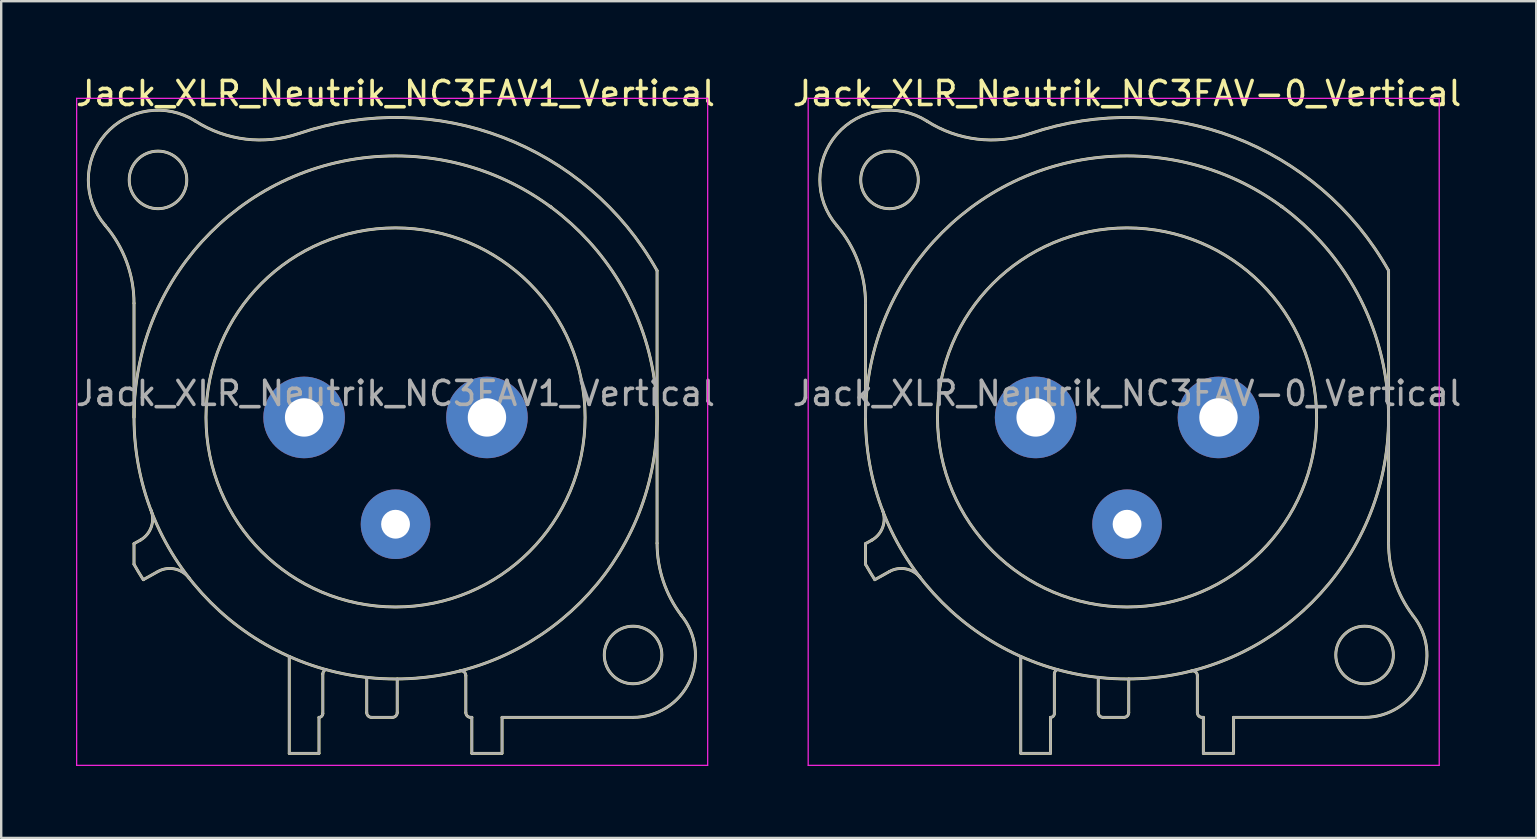
<source format=kicad_pcb>
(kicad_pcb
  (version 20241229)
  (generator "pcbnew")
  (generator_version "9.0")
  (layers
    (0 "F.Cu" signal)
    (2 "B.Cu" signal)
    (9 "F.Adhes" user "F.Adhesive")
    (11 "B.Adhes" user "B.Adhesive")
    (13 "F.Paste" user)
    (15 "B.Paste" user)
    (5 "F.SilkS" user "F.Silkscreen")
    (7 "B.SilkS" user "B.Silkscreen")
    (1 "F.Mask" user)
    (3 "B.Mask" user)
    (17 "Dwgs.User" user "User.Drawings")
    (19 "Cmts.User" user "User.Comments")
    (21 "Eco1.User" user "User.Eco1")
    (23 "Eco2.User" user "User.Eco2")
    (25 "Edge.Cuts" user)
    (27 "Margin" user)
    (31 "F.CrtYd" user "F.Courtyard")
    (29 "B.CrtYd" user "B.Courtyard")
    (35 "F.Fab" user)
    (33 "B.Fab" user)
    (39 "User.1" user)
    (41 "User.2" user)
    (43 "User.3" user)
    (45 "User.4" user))
  (footprint "Jack_XLR_Neutrik_NC3FAV-0_Vertical"
    (layer "F.Cu")
    (at 47.733 14.348)
    (property "Reference" "Jack_XLR_Neutrik_NC3FAV-0_Vertical" (at -3.81 -13.5 0) (layer "F.SilkS") (effects (font (size 1 1) (thickness 0.15))))
    (attr through_hole)
    (fp_line (start -14.71 0) (end -14.71 -4.76) (stroke (width 0.12) (type solid)) (layer "F.SilkS"))
    (fp_line (start -14.71 5.26) (end -14.71 6.12) (stroke (width 0.12) (type solid)) (layer "F.SilkS"))
    (fp_line (start -14.44 5.11) (end -14.71 5.26) (stroke (width 0.12) (type solid)) (layer "F.SilkS"))
    (fp_line (start -14.32 6.76) (end -13.71 6.42) (stroke (width 0.12) (type solid)) (layer "F.SilkS"))
    (fp_line (start -8.24 9.96) (end -8.24 14) (stroke (width 0.12) (type solid)) (layer "F.SilkS"))
    (fp_line (start -7 12.5) (end -7 14) (stroke (width 0.12) (type solid)) (layer "F.SilkS"))
    (fp_line (start -7 14) (end -8.24 14) (stroke (width 0.12) (type solid)) (layer "F.SilkS"))
    (fp_line (start -6.84 12.34) (end -6.84 10.69) (stroke (width 0.12) (type solid)) (layer "F.SilkS"))
    (fp_line (start -5.01 10.83) (end -5.01 12.3) (stroke (width 0.12) (type solid)) (layer "F.SilkS"))
    (fp_line (start -3.94 12.5) (end -4.81 12.5) (stroke (width 0.12) (type solid)) (layer "F.SilkS"))
    (fp_line (start -3.74 10.9) (end -3.74 12.3) (stroke (width 0.12) (type solid)) (layer "F.SilkS"))
    (fp_line (start -0.88 12.3) (end -0.88 10.76) (stroke (width 0.12) (type solid)) (layer "F.SilkS"))
    (fp_line (start -0.63 12.5) (end -0.68 12.5) (stroke (width 0.12) (type solid)) (layer "F.SilkS"))
    (fp_line (start -0.63 12.5) (end -0.63 14) (stroke (width 0.12) (type solid)) (layer "F.SilkS"))
    (fp_line (start 0.62 14) (end -0.63 14) (stroke (width 0.12) (type solid)) (layer "F.SilkS"))
    (fp_line (start 0.63 12.5) (end 6.09 12.5) (stroke (width 0.12) (type solid)) (layer "F.SilkS"))
    (fp_line (start 0.63 14) (end 0.63 12.5) (stroke (width 0.12) (type solid)) (layer "F.SilkS"))
    (fp_line (start 7.09 5.24) (end 7.09 -6.12) (stroke (width 0.12) (type solid)) (layer "F.SilkS"))
    (fp_arc (start -15.908829 -8.000856) (mid -15.019313 -6.48774) (end -14.71 -4.76) (stroke (width 0.12) (type solid)) (layer "F.SilkS"))
    (fp_arc (start -15.908236 -8.001617) (mid -15.907486 -11.799251) (end -12.15 -12.35) (stroke (width 0.12) (type solid)) (layer "F.SilkS"))
    (fp_arc (start -14.32314 6.763008) (mid -14.521396 6.444407) (end -14.71 6.12) (stroke (width 0.12) (type solid)) (layer "F.SilkS"))
    (fp_arc (start -14.004283 3.855674) (mid -13.989213 4.56375) (end -14.44 5.11) (stroke (width 0.12) (type solid)) (layer "F.SilkS"))
    (fp_arc (start -13.71 6.42) (mid -13.01025 6.315915) (end -12.412202 6.693832) (stroke (width 0.12) (type solid)) (layer "F.SilkS"))
    (fp_arc (start -7.848035 -11.831177) (mid -10.058192 -11.599923) (end -12.15 -12.35) (stroke (width 0.12) (type solid)) (layer "F.SilkS"))
    (fp_arc (start -7.841153 -11.83276) (mid 0.657009 -11.675197) (end 7.09 -6.12) (stroke (width 0.12) (type solid)) (layer "F.SilkS"))
    (fp_arc (start -6.84 10.69) (mid -6.803713 10.578321) (end -6.708713 10.509299) (stroke (width 0.12) (type solid)) (layer "F.SilkS"))
    (fp_arc (start -6.84 12.34) (mid -6.886863 12.453137) (end -7 12.5) (stroke (width 0.12) (type solid)) (layer "F.SilkS"))
    (fp_arc (start -4.81 12.5) (mid -4.951421 12.441421) (end -5.01 12.3) (stroke (width 0.12) (type solid)) (layer "F.SilkS"))
    (fp_arc (start -3.74 12.3) (mid -3.798579 12.441421) (end -3.94 12.5) (stroke (width 0.12) (type solid)) (layer "F.SilkS"))
    (fp_arc (start -1.1294 10.566197) (mid -0.957281 10.602076) (end -0.88 10.76) (stroke (width 0.12) (type solid)) (layer "F.SilkS"))
    (fp_arc (start -0.68 12.5) (mid -0.821421 12.441421) (end -0.88 12.3) (stroke (width 0.12) (type solid)) (layer "F.SilkS"))
    (fp_arc (start 2.636924 -8.782671) (mid 2.628394 -8.791269) (end 2.62 -8.8) (stroke (width 0.12) (type solid)) (layer "F.SilkS"))
    (fp_arc (start 2.680052 -8.767734) (mid 2.65973 -8.7835) (end 2.64 -8.8) (stroke (width 0.12) (type solid)) (layer "F.SilkS"))
    (fp_arc (start 8.095865 8.245761) (mid 8.441704 11.008824) (end 6.09 12.5) (stroke (width 0.12) (type solid)) (layer "F.SilkS"))
    (fp_arc (start 8.098032 8.243976) (mid 7.348729 6.824298) (end 7.09 5.24) (stroke (width 0.12) (type solid)) (layer "F.SilkS"))
    (fp_circle (center -13.71 -9.9) (end -12.51 -9.9) (stroke (width 0.12) (type solid)) (fill no) (layer "F.SilkS"))
    (fp_circle (center -3.81 0) (end 4.09 0) (stroke (width 0.12) (type solid)) (fill no) (layer "F.SilkS"))
    (fp_circle (center -3.81 0) (end 7.09 0) (stroke (width 0.12) (type solid)) (fill no) (layer "F.SilkS"))
    (fp_circle (center 6.09 9.9) (end 7.29 9.9) (stroke (width 0.12) (type solid)) (fill no) (layer "F.SilkS"))
    (fp_line (start -17.1 -13.3) (end 9.2 -13.3) (stroke (width 0.05) (type solid)) (layer "F.CrtYd"))
    (fp_line (start -17.1 14.5) (end -17.1 -13.3) (stroke (width 0.05) (type solid)) (layer "F.CrtYd"))
    (fp_line (start 9.2 -13.3) (end 9.2 14.5) (stroke (width 0.05) (type solid)) (layer "F.CrtYd"))
    (fp_line (start 9.2 14.5) (end -17.1 14.5) (stroke (width 0.05) (type solid)) (layer "F.CrtYd"))
    (fp_line (start -14.71 0) (end -14.71 -4.76) (stroke (width 0.1) (type solid)) (layer "F.Fab"))
    (fp_line (start -14.71 5.26) (end -14.71 6.12) (stroke (width 0.1) (type solid)) (layer "F.Fab"))
    (fp_line (start -14.44 5.11) (end -14.71 5.26) (stroke (width 0.1) (type solid)) (layer "F.Fab"))
    (fp_line (start -14.32 6.76) (end -13.71 6.42) (stroke (width 0.1) (type solid)) (layer "F.Fab"))
    (fp_line (start -8.24 9.96) (end -8.24 14) (stroke (width 0.1) (type solid)) (layer "F.Fab"))
    (fp_line (start -7 12.5) (end -7 14) (stroke (width 0.1) (type solid)) (layer "F.Fab"))
    (fp_line (start -7 14) (end -8.24 14) (stroke (width 0.1) (type solid)) (layer "F.Fab"))
    (fp_line (start -6.84 12.34) (end -6.84 10.69) (stroke (width 0.1) (type solid)) (layer "F.Fab"))
    (fp_line (start -5.01 10.83) (end -5.01 12.3) (stroke (width 0.1) (type solid)) (layer "F.Fab"))
    (fp_line (start -3.94 12.5) (end -4.81 12.5) (stroke (width 0.1) (type solid)) (layer "F.Fab"))
    (fp_line (start -3.74 10.9) (end -3.74 12.3) (stroke (width 0.1) (type solid)) (layer "F.Fab"))
    (fp_line (start -0.88 12.3) (end -0.88 10.76) (stroke (width 0.1) (type solid)) (layer "F.Fab"))
    (fp_line (start -0.63 12.5) (end -0.68 12.5) (stroke (width 0.1) (type solid)) (layer "F.Fab"))
    (fp_line (start -0.63 12.5) (end -0.63 14) (stroke (width 0.1) (type solid)) (layer "F.Fab"))
    (fp_line (start 0.62 14) (end -0.63 14) (stroke (width 0.1) (type solid)) (layer "F.Fab"))
    (fp_line (start 0.63 12.5) (end 6.09 12.5) (stroke (width 0.1) (type solid)) (layer "F.Fab"))
    (fp_line (start 0.63 14) (end 0.63 12.5) (stroke (width 0.1) (type solid)) (layer "F.Fab"))
    (fp_line (start 7.09 5.24) (end 7.09 -6.12) (stroke (width 0.1) (type solid)) (layer "F.Fab"))
    (fp_arc (start -15.908829 -8.000856) (mid -15.019313 -6.48774) (end -14.71 -4.76) (stroke (width 0.1) (type solid)) (layer "F.Fab"))
    (fp_arc (start -15.908236 -8.001617) (mid -15.907486 -11.799251) (end -12.15 -12.35) (stroke (width 0.1) (type solid)) (layer "F.Fab"))
    (fp_arc (start -14.32314 6.763008) (mid -14.521396 6.444407) (end -14.71 6.12) (stroke (width 0.1) (type solid)) (layer "F.Fab"))
    (fp_arc (start -14.004283 3.855674) (mid -13.989213 4.56375) (end -14.44 5.11) (stroke (width 0.1) (type solid)) (layer "F.Fab"))
    (fp_arc (start -13.71 6.42) (mid -13.01025 6.315915) (end -12.412202 6.693832) (stroke (width 0.1) (type solid)) (layer "F.Fab"))
    (fp_arc (start -7.848035 -11.831177) (mid -10.058192 -11.599923) (end -12.15 -12.35) (stroke (width 0.1) (type solid)) (layer "F.Fab"))
    (fp_arc (start -7.841153 -11.83276) (mid 0.657009 -11.675197) (end 7.09 -6.12) (stroke (width 0.1) (type solid)) (layer "F.Fab"))
    (fp_arc (start -6.84 10.69) (mid -6.803713 10.578321) (end -6.708713 10.509299) (stroke (width 0.1) (type solid)) (layer "F.Fab"))
    (fp_arc (start -6.84 12.34) (mid -6.886863 12.453137) (end -7 12.5) (stroke (width 0.1) (type solid)) (layer "F.Fab"))
    (fp_arc (start -4.81 12.5) (mid -4.951421 12.441421) (end -5.01 12.3) (stroke (width 0.1) (type solid)) (layer "F.Fab"))
    (fp_arc (start -3.74 12.3) (mid -3.798579 12.441421) (end -3.94 12.5) (stroke (width 0.1) (type solid)) (layer "F.Fab"))
    (fp_arc (start -1.1294 10.566197) (mid -0.957281 10.602076) (end -0.88 10.76) (stroke (width 0.1) (type solid)) (layer "F.Fab"))
    (fp_arc (start -0.68 12.5) (mid -0.821421 12.441421) (end -0.88 12.3) (stroke (width 0.1) (type solid)) (layer "F.Fab"))
    (fp_arc (start 2.636924 -8.782671) (mid 2.628394 -8.791269) (end 2.62 -8.8) (stroke (width 0.1) (type solid)) (layer "F.Fab"))
    (fp_arc (start 2.680052 -8.767734) (mid 2.65973 -8.7835) (end 2.64 -8.8) (stroke (width 0.1) (type solid)) (layer "F.Fab"))
    (fp_arc (start 8.095865 8.245761) (mid 8.441704 11.008824) (end 6.09 12.5) (stroke (width 0.1) (type solid)) (layer "F.Fab"))
    (fp_arc (start 8.098032 8.243976) (mid 7.348729 6.824298) (end 7.09 5.24) (stroke (width 0.1) (type solid)) (layer "F.Fab"))
    (fp_circle (center -13.71 -9.9) (end -12.51 -9.9) (stroke (width 0.1) (type solid)) (fill no) (layer "F.Fab"))
    (fp_circle (center -3.81 0) (end 4.09 0) (stroke (width 0.1) (type solid)) (fill no) (layer "F.Fab"))
    (fp_circle (center -3.81 0) (end 7.09 0) (stroke (width 0.1) (type solid)) (fill no) (layer "F.Fab"))
    (fp_circle (center 6.09 9.9) (end 7.29 9.9) (stroke (width 0.1) (type solid)) (fill no) (layer "F.Fab"))
    (fp_text user "${REFERENCE}" (at -3.81 -1 0) (layer "F.Fab") (effects (font (size 1 1) (thickness 0.15))))
    (pad "1" thru_hole circle (at 0 0) (size 3.4 3.4) (drill 1.6) (layers "*.Cu" "*.Mask"))
    (pad "2" thru_hole circle (at -7.62 0) (size 3.4 3.4) (drill 1.6) (layers "*.Cu" "*.Mask"))
    (pad "3" thru_hole circle (at -3.81 4.45) (size 2.9 2.9) (drill 1.2) (layers "*.Cu" "*.Mask")))
  (footprint "Jack_XLR_Neutrik_NC3FAV1_Vertical"
    (layer "F.Cu")
    (at 17.245 14.348)
    (property "Reference" "Jack_XLR_Neutrik_NC3FAV1_Vertical" (at -3.81 -13.5 0) (layer "F.SilkS") (effects (font (size 1 1) (thickness 0.15))))
    (attr through_hole)
    (fp_line (start -14.71 0) (end -14.71 -4.76) (stroke (width 0.12) (type solid)) (layer "F.SilkS"))
    (fp_line (start -14.71 5.26) (end -14.71 6.12) (stroke (width 0.12) (type solid)) (layer "F.SilkS"))
    (fp_line (start -14.44 5.11) (end -14.71 5.26) (stroke (width 0.12) (type solid)) (layer "F.SilkS"))
    (fp_line (start -14.32 6.76) (end -13.71 6.42) (stroke (width 0.12) (type solid)) (layer "F.SilkS"))
    (fp_line (start -8.24 9.96) (end -8.24 14) (stroke (width 0.12) (type solid)) (layer "F.SilkS"))
    (fp_line (start -7 12.5) (end -7 14) (stroke (width 0.12) (type solid)) (layer "F.SilkS"))
    (fp_line (start -7 14) (end -8.24 14) (stroke (width 0.12) (type solid)) (layer "F.SilkS"))
    (fp_line (start -6.84 12.34) (end -6.84 10.69) (stroke (width 0.12) (type solid)) (layer "F.SilkS"))
    (fp_line (start -5.01 10.83) (end -5.01 12.3) (stroke (width 0.12) (type solid)) (layer "F.SilkS"))
    (fp_line (start -3.94 12.5) (end -4.81 12.5) (stroke (width 0.12) (type solid)) (layer "F.SilkS"))
    (fp_line (start -3.74 10.9) (end -3.74 12.3) (stroke (width 0.12) (type solid)) (layer "F.SilkS"))
    (fp_line (start -0.88 12.3) (end -0.88 10.76) (stroke (width 0.12) (type solid)) (layer "F.SilkS"))
    (fp_line (start -0.63 12.5) (end -0.68 12.5) (stroke (width 0.12) (type solid)) (layer "F.SilkS"))
    (fp_line (start -0.63 12.5) (end -0.63 14) (stroke (width 0.12) (type solid)) (layer "F.SilkS"))
    (fp_line (start 0.62 14) (end -0.63 14) (stroke (width 0.12) (type solid)) (layer "F.SilkS"))
    (fp_line (start 0.63 12.5) (end 6.09 12.5) (stroke (width 0.12) (type solid)) (layer "F.SilkS"))
    (fp_line (start 0.63 14) (end 0.63 12.5) (stroke (width 0.12) (type solid)) (layer "F.SilkS"))
    (fp_line (start 7.09 5.24) (end 7.09 -6.12) (stroke (width 0.12) (type solid)) (layer "F.SilkS"))
    (fp_arc (start -15.908829 -8.000856) (mid -15.019313 -6.48774) (end -14.71 -4.76) (stroke (width 0.12) (type solid)) (layer "F.SilkS"))
    (fp_arc (start -15.908236 -8.001617) (mid -15.907486 -11.799251) (end -12.15 -12.35) (stroke (width 0.12) (type solid)) (layer "F.SilkS"))
    (fp_arc (start -14.32314 6.763008) (mid -14.521396 6.444407) (end -14.71 6.12) (stroke (width 0.12) (type solid)) (layer "F.SilkS"))
    (fp_arc (start -14.004283 3.855674) (mid -13.989213 4.56375) (end -14.44 5.11) (stroke (width 0.12) (type solid)) (layer "F.SilkS"))
    (fp_arc (start -13.71 6.42) (mid -13.01025 6.315915) (end -12.412202 6.693832) (stroke (width 0.12) (type solid)) (layer "F.SilkS"))
    (fp_arc (start -7.848035 -11.831177) (mid -10.058192 -11.599923) (end -12.15 -12.35) (stroke (width 0.12) (type solid)) (layer "F.SilkS"))
    (fp_arc (start -7.841153 -11.83276) (mid 0.657009 -11.675197) (end 7.09 -6.12) (stroke (width 0.12) (type solid)) (layer "F.SilkS"))
    (fp_arc (start -6.84 10.69) (mid -6.803713 10.578321) (end -6.708713 10.509299) (stroke (width 0.12) (type solid)) (layer "F.SilkS"))
    (fp_arc (start -6.84 12.34) (mid -6.886863 12.453137) (end -7 12.5) (stroke (width 0.12) (type solid)) (layer "F.SilkS"))
    (fp_arc (start -4.81 12.5) (mid -4.951421 12.441421) (end -5.01 12.3) (stroke (width 0.12) (type solid)) (layer "F.SilkS"))
    (fp_arc (start -3.74 12.3) (mid -3.798579 12.441421) (end -3.94 12.5) (stroke (width 0.12) (type solid)) (layer "F.SilkS"))
    (fp_arc (start -1.1294 10.566197) (mid -0.957281 10.602076) (end -0.88 10.76) (stroke (width 0.12) (type solid)) (layer "F.SilkS"))
    (fp_arc (start -0.68 12.5) (mid -0.821421 12.441421) (end -0.88 12.3) (stroke (width 0.12) (type solid)) (layer "F.SilkS"))
    (fp_arc (start 2.636924 -8.782671) (mid 2.628394 -8.791269) (end 2.62 -8.8) (stroke (width 0.12) (type solid)) (layer "F.SilkS"))
    (fp_arc (start 2.680052 -8.767734) (mid 2.65973 -8.7835) (end 2.64 -8.8) (stroke (width 0.12) (type solid)) (layer "F.SilkS"))
    (fp_arc (start 8.095865 8.245761) (mid 8.441704 11.008824) (end 6.09 12.5) (stroke (width 0.12) (type solid)) (layer "F.SilkS"))
    (fp_arc (start 8.098032 8.243976) (mid 7.348729 6.824298) (end 7.09 5.24) (stroke (width 0.12) (type solid)) (layer "F.SilkS"))
    (fp_circle (center -13.71 -9.9) (end -12.51 -9.9) (stroke (width 0.12) (type solid)) (fill no) (layer "F.SilkS"))
    (fp_circle (center -3.81 0) (end 4.09 0) (stroke (width 0.12) (type solid)) (fill no) (layer "F.SilkS"))
    (fp_circle (center -3.81 0) (end 7.09 0) (stroke (width 0.12) (type solid)) (fill no) (layer "F.SilkS"))
    (fp_circle (center 6.09 9.9) (end 7.29 9.9) (stroke (width 0.12) (type solid)) (fill no) (layer "F.SilkS"))
    (fp_line (start -17.1 -13.3) (end 9.2 -13.3) (stroke (width 0.05) (type solid)) (layer "F.CrtYd"))
    (fp_line (start -17.1 14.5) (end -17.1 -13.3) (stroke (width 0.05) (type solid)) (layer "F.CrtYd"))
    (fp_line (start 9.2 -13.3) (end 9.2 14.5) (stroke (width 0.05) (type solid)) (layer "F.CrtYd"))
    (fp_line (start 9.2 14.5) (end -17.1 14.5) (stroke (width 0.05) (type solid)) (layer "F.CrtYd"))
    (fp_line (start -14.71 0) (end -14.71 -4.76) (stroke (width 0.1) (type solid)) (layer "F.Fab"))
    (fp_line (start -14.71 5.26) (end -14.71 6.12) (stroke (width 0.1) (type solid)) (layer "F.Fab"))
    (fp_line (start -14.44 5.11) (end -14.71 5.26) (stroke (width 0.1) (type solid)) (layer "F.Fab"))
    (fp_line (start -14.32 6.76) (end -13.71 6.42) (stroke (width 0.1) (type solid)) (layer "F.Fab"))
    (fp_line (start -8.24 9.96) (end -8.24 14) (stroke (width 0.1) (type solid)) (layer "F.Fab"))
    (fp_line (start -7 12.5) (end -7 14) (stroke (width 0.1) (type solid)) (layer "F.Fab"))
    (fp_line (start -7 14) (end -8.24 14) (stroke (width 0.1) (type solid)) (layer "F.Fab"))
    (fp_line (start -6.84 12.34) (end -6.84 10.69) (stroke (width 0.1) (type solid)) (layer "F.Fab"))
    (fp_line (start -5.01 10.83) (end -5.01 12.3) (stroke (width 0.1) (type solid)) (layer "F.Fab"))
    (fp_line (start -3.94 12.5) (end -4.81 12.5) (stroke (width 0.1) (type solid)) (layer "F.Fab"))
    (fp_line (start -3.74 10.9) (end -3.74 12.3) (stroke (width 0.1) (type solid)) (layer "F.Fab"))
    (fp_line (start -0.88 12.3) (end -0.88 10.76) (stroke (width 0.1) (type solid)) (layer "F.Fab"))
    (fp_line (start -0.63 12.5) (end -0.68 12.5) (stroke (width 0.1) (type solid)) (layer "F.Fab"))
    (fp_line (start -0.63 12.5) (end -0.63 14) (stroke (width 0.1) (type solid)) (layer "F.Fab"))
    (fp_line (start 0.62 14) (end -0.63 14) (stroke (width 0.1) (type solid)) (layer "F.Fab"))
    (fp_line (start 0.63 12.5) (end 6.09 12.5) (stroke (width 0.1) (type solid)) (layer "F.Fab"))
    (fp_line (start 0.63 14) (end 0.63 12.5) (stroke (width 0.1) (type solid)) (layer "F.Fab"))
    (fp_line (start 7.09 5.24) (end 7.09 -6.12) (stroke (width 0.1) (type solid)) (layer "F.Fab"))
    (fp_arc (start -15.908829 -8.000856) (mid -15.019313 -6.48774) (end -14.71 -4.76) (stroke (width 0.1) (type solid)) (layer "F.Fab"))
    (fp_arc (start -15.908236 -8.001617) (mid -15.907486 -11.799251) (end -12.15 -12.35) (stroke (width 0.1) (type solid)) (layer "F.Fab"))
    (fp_arc (start -14.32314 6.763008) (mid -14.521396 6.444407) (end -14.71 6.12) (stroke (width 0.1) (type solid)) (layer "F.Fab"))
    (fp_arc (start -14.004283 3.855674) (mid -13.989213 4.56375) (end -14.44 5.11) (stroke (width 0.1) (type solid)) (layer "F.Fab"))
    (fp_arc (start -13.71 6.42) (mid -13.01025 6.315915) (end -12.412202 6.693832) (stroke (width 0.1) (type solid)) (layer "F.Fab"))
    (fp_arc (start -7.848035 -11.831177) (mid -10.058192 -11.599923) (end -12.15 -12.35) (stroke (width 0.1) (type solid)) (layer "F.Fab"))
    (fp_arc (start -7.841153 -11.83276) (mid 0.657009 -11.675197) (end 7.09 -6.12) (stroke (width 0.1) (type solid)) (layer "F.Fab"))
    (fp_arc (start -6.84 10.69) (mid -6.803713 10.578321) (end -6.708713 10.509299) (stroke (width 0.1) (type solid)) (layer "F.Fab"))
    (fp_arc (start -6.84 12.34) (mid -6.886863 12.453137) (end -7 12.5) (stroke (width 0.1) (type solid)) (layer "F.Fab"))
    (fp_arc (start -4.81 12.5) (mid -4.951421 12.441421) (end -5.01 12.3) (stroke (width 0.1) (type solid)) (layer "F.Fab"))
    (fp_arc (start -3.74 12.3) (mid -3.798579 12.441421) (end -3.94 12.5) (stroke (width 0.1) (type solid)) (layer "F.Fab"))
    (fp_arc (start -1.1294 10.566197) (mid -0.957281 10.602076) (end -0.88 10.76) (stroke (width 0.1) (type solid)) (layer "F.Fab"))
    (fp_arc (start -0.68 12.5) (mid -0.821421 12.441421) (end -0.88 12.3) (stroke (width 0.1) (type solid)) (layer "F.Fab"))
    (fp_arc (start 2.636924 -8.782671) (mid 2.628394 -8.791269) (end 2.62 -8.8) (stroke (width 0.1) (type solid)) (layer "F.Fab"))
    (fp_arc (start 2.680052 -8.767734) (mid 2.65973 -8.7835) (end 2.64 -8.8) (stroke (width 0.1) (type solid)) (layer "F.Fab"))
    (fp_arc (start 8.095865 8.245761) (mid 8.441704 11.008824) (end 6.09 12.5) (stroke (width 0.1) (type solid)) (layer "F.Fab"))
    (fp_arc (start 8.098032 8.243976) (mid 7.348729 6.824298) (end 7.09 5.24) (stroke (width 0.1) (type solid)) (layer "F.Fab"))
    (fp_circle (center -13.71 -9.9) (end -12.51 -9.9) (stroke (width 0.1) (type solid)) (fill no) (layer "F.Fab"))
    (fp_circle (center -3.81 0) (end 4.09 0) (stroke (width 0.1) (type solid)) (fill no) (layer "F.Fab"))
    (fp_circle (center -3.81 0) (end 7.09 0) (stroke (width 0.1) (type solid)) (fill no) (layer "F.Fab"))
    (fp_circle (center 6.09 9.9) (end 7.29 9.9) (stroke (width 0.1) (type solid)) (fill no) (layer "F.Fab"))
    (fp_text user "${REFERENCE}" (at -3.81 -1 0) (layer "F.Fab") (effects (font (size 1 1) (thickness 0.15))))
    (pad "1" thru_hole circle (at 0 0) (size 3.4 3.4) (drill 1.6) (layers "*.Cu" "*.Mask"))
    (pad "2" thru_hole circle (at -7.62 0) (size 3.4 3.4) (drill 1.6) (layers "*.Cu" "*.Mask"))
    (pad "3" thru_hole circle (at -3.81 4.45) (size 2.9 2.9) (drill 1.2) (layers "*.Cu" "*.Mask")))
  (gr_rect
    (start -3 -3)
    (end 60.976 31.873)
    (stroke (width 0.1) (type default))
    (fill no)
    (layer "Edge.Cuts")))
</source>
